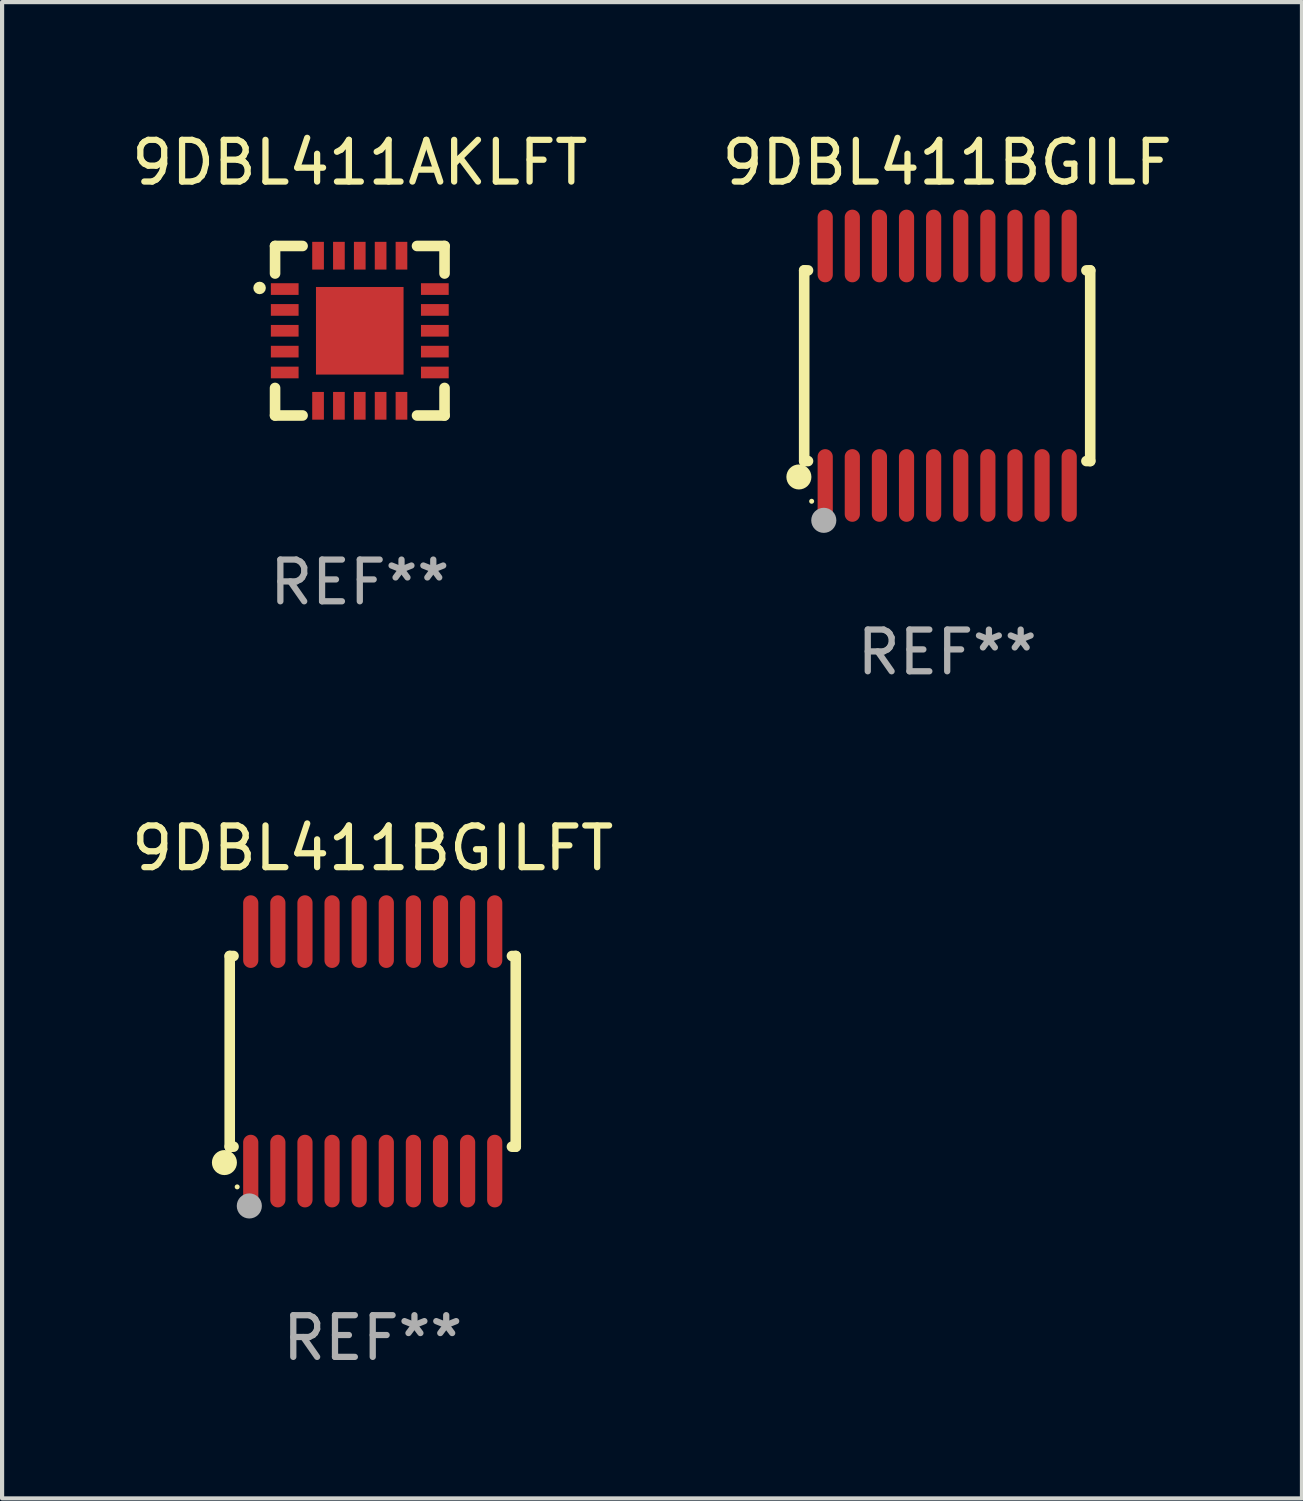
<source format=kicad_pcb>
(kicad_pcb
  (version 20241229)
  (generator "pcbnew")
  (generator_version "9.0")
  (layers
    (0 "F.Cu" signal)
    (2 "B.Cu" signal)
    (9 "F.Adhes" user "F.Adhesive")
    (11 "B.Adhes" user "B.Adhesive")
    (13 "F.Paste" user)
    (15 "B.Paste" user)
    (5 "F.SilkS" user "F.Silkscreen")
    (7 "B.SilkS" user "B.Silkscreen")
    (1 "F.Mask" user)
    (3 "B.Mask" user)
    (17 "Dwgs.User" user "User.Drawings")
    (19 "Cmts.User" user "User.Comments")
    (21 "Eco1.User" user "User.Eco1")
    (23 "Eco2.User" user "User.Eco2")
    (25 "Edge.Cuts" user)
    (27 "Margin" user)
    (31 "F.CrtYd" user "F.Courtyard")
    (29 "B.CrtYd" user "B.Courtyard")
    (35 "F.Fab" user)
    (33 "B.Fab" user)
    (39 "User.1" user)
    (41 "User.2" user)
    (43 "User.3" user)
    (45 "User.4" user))
  (footprint "9DBL411BGILFT"
    (layer "F.Cu")
    (at 5.887 22.158)
    (property "Reference" "9DBL411BGILFT" (at 0 -4.871 0) (layer "F.SilkS") (effects (font (size 1 1) (thickness 0.15))))
    (attr through_hole)
    (fp_line (start -3.429 -2.286) (end -3.429 2.286) (stroke (width 0.254) (type solid)) (layer "F.SilkS"))
    (fp_line (start -3.429 2.286) (end -3.338 2.286) (stroke (width 0.254) (type solid)) (layer "F.SilkS"))
    (fp_line (start -3.338 -2.286) (end -3.429 -2.286) (stroke (width 0.254) (type solid)) (layer "F.SilkS"))
    (fp_line (start 3.338 -2.286) (end 3.429 -2.286) (stroke (width 0.254) (type solid)) (layer "F.SilkS"))
    (fp_line (start 3.429 -2.286) (end 3.429 2.286) (stroke (width 0.254) (type solid)) (layer "F.SilkS"))
    (fp_line (start 3.429 2.286) (end 3.338 2.286) (stroke (width 0.254) (type solid)) (layer "F.SilkS"))
    (fp_circle (center -3.556 2.667) (end -3.406 2.667) (stroke (width 0.3) (type solid)) (fill no) (layer "F.SilkS"))
    (fp_circle (center -3.25 3.25) (end -3.22 3.25) (stroke (width 0.06) (type solid)) (fill no) (layer "F.SilkS"))
    (fp_circle (center -2.959 3.707) (end -2.808 3.707) (stroke (width 0.3) (type solid)) (fill no) (layer "F.Fab"))
    (fp_text user "REF**" (at 0 6.871 0) (layer "F.Fab") (effects (font (size 1 1) (thickness 0.15))))
    (pad "1" smd oval (at -2.925 2.871) (size 0.364 1.742) (layers "F.Cu" "F.Mask" "F.Paste"))
    (pad "2" smd oval (at -2.275 2.871) (size 0.364 1.742) (layers "F.Cu" "F.Mask" "F.Paste"))
    (pad "3" smd oval (at -1.625 2.871) (size 0.364 1.742) (layers "F.Cu" "F.Mask" "F.Paste"))
    (pad "4" smd oval (at -0.975 2.871) (size 0.364 1.742) (layers "F.Cu" "F.Mask" "F.Paste"))
    (pad "5" smd oval (at -0.325 2.871) (size 0.364 1.742) (layers "F.Cu" "F.Mask" "F.Paste"))
    (pad "6" smd oval (at 0.325 2.871) (size 0.364 1.742) (layers "F.Cu" "F.Mask" "F.Paste"))
    (pad "7" smd oval (at 0.975 2.871) (size 0.364 1.742) (layers "F.Cu" "F.Mask" "F.Paste"))
    (pad "8" smd oval (at 1.625 2.871) (size 0.364 1.742) (layers "F.Cu" "F.Mask" "F.Paste"))
    (pad "9" smd oval (at 2.275 2.871) (size 0.364 1.742) (layers "F.Cu" "F.Mask" "F.Paste"))
    (pad "10" smd oval (at 2.925 2.871) (size 0.364 1.742) (layers "F.Cu" "F.Mask" "F.Paste"))
    (pad "11" smd oval (at 2.925 -2.871) (size 0.364 1.742) (layers "F.Cu" "F.Mask" "F.Paste"))
    (pad "12" smd oval (at 2.275 -2.871) (size 0.364 1.742) (layers "F.Cu" "F.Mask" "F.Paste"))
    (pad "13" smd oval (at 1.625 -2.871) (size 0.364 1.742) (layers "F.Cu" "F.Mask" "F.Paste"))
    (pad "14" smd oval (at 0.975 -2.871) (size 0.364 1.742) (layers "F.Cu" "F.Mask" "F.Paste"))
    (pad "15" smd oval (at 0.325 -2.871) (size 0.364 1.742) (layers "F.Cu" "F.Mask" "F.Paste"))
    (pad "16" smd oval (at -0.325 -2.871) (size 0.364 1.742) (layers "F.Cu" "F.Mask" "F.Paste"))
    (pad "17" smd oval (at -0.975 -2.871) (size 0.364 1.742) (layers "F.Cu" "F.Mask" "F.Paste"))
    (pad "18" smd oval (at -1.625 -2.871) (size 0.364 1.742) (layers "F.Cu" "F.Mask" "F.Paste"))
    (pad "19" smd oval (at -2.275 -2.871) (size 0.364 1.742) (layers "F.Cu" "F.Mask" "F.Paste"))
    (pad "20" smd oval (at -2.925 -2.871) (size 0.364 1.742) (layers "F.Cu" "F.Mask" "F.Paste")))
  (footprint "9DBL411AKLFT"
    (layer "F.Cu")
    (at 5.577 4.88)
    (property "Reference" "9DBL411AKLFT" (at 0 -4.032 0) (layer "F.SilkS") (effects (font (size 1 1) (thickness 0.15))))
    (attr through_hole)
    (fp_line (start -2.032 -2.032) (end -1.372 -2.032) (stroke (width 0.254) (type solid)) (layer "F.SilkS"))
    (fp_line (start -2.032 -1.372) (end -2.032 -2.032) (stroke (width 0.254) (type solid)) (layer "F.SilkS"))
    (fp_line (start -2.032 2.032) (end -2.032 1.372) (stroke (width 0.254) (type solid)) (layer "F.SilkS"))
    (fp_line (start -1.372 2.032) (end -2.032 2.032) (stroke (width 0.254) (type solid)) (layer "F.SilkS"))
    (fp_line (start 1.372 -2.032) (end 2.032 -2.032) (stroke (width 0.254) (type solid)) (layer "F.SilkS"))
    (fp_line (start 2.032 -2.032) (end 2.032 -1.372) (stroke (width 0.254) (type solid)) (layer "F.SilkS"))
    (fp_line (start 2.032 1.372) (end 2.032 2.032) (stroke (width 0.254) (type solid)) (layer "F.SilkS"))
    (fp_line (start 2.032 2.032) (end 1.372 2.032) (stroke (width 0.254) (type solid)) (layer "F.SilkS"))
    (fp_circle (center -2.403 -1.026) (end -2.328 -1.026) (stroke (width 0.15) (type solid)) (fill no) (layer "F.SilkS"))
    (fp_text user "REF**" (at 0 6.032 0) (layer "F.Fab") (effects (font (size 1 1) (thickness 0.15))))
    (pad "1" smd rect (at -1.8 -0.999) (size 0.665 0.28) (layers "F.Cu" "F.Mask" "F.Paste"))
    (pad "2" smd rect (at -1.8 -0.499) (size 0.665 0.28) (layers "F.Cu" "F.Mask" "F.Paste"))
    (pad "3" smd rect (at -1.8 0.001) (size 0.665 0.28) (layers "F.Cu" "F.Mask" "F.Paste"))
    (pad "4" smd rect (at -1.8 0.501) (size 0.665 0.28) (layers "F.Cu" "F.Mask" "F.Paste"))
    (pad "5" smd rect (at -1.8 1.001) (size 0.665 0.28) (layers "F.Cu" "F.Mask" "F.Paste"))
    (pad "6" smd rect (at -1.001 1.8) (size 0.28 0.665) (layers "F.Cu" "F.Mask" "F.Paste"))
    (pad "7" smd rect (at -0.501 1.8) (size 0.28 0.665) (layers "F.Cu" "F.Mask" "F.Paste"))
    (pad "8" smd rect (at -0.001 1.8) (size 0.28 0.665) (layers "F.Cu" "F.Mask" "F.Paste"))
    (pad "9" smd rect (at 0.499 1.8) (size 0.28 0.665) (layers "F.Cu" "F.Mask" "F.Paste"))
    (pad "10" smd rect (at 0.999 1.8) (size 0.28 0.665) (layers "F.Cu" "F.Mask" "F.Paste"))
    (pad "11" smd rect (at 1.799 1.001) (size 0.665 0.28) (layers "F.Cu" "F.Mask" "F.Paste"))
    (pad "12" smd rect (at 1.799 0.501) (size 0.665 0.28) (layers "F.Cu" "F.Mask" "F.Paste"))
    (pad "13" smd rect (at 1.799 0.001) (size 0.665 0.28) (layers "F.Cu" "F.Mask" "F.Paste"))
    (pad "14" smd rect (at 1.799 -0.499) (size 0.665 0.28) (layers "F.Cu" "F.Mask" "F.Paste"))
    (pad "15" smd rect (at 1.799 -0.999) (size 0.665 0.28) (layers "F.Cu" "F.Mask" "F.Paste"))
    (pad "16" smd rect (at 0.999 -1.799) (size 0.28 0.665) (layers "F.Cu" "F.Mask" "F.Paste"))
    (pad "17" smd rect (at 0.499 -1.799) (size 0.28 0.665) (layers "F.Cu" "F.Mask" "F.Paste"))
    (pad "18" smd rect (at -0.001 -1.799) (size 0.28 0.665) (layers "F.Cu" "F.Mask" "F.Paste"))
    (pad "19" smd rect (at -0.501 -1.799) (size 0.28 0.665) (layers "F.Cu" "F.Mask" "F.Paste"))
    (pad "20" smd rect (at -1.001 -1.799) (size 0.28 0.665) (layers "F.Cu" "F.Mask" "F.Paste"))
    (pad "21" smd rect (at -0.001 0.001) (size 2.1 2.1) (layers "F.Cu" "F.Mask" "F.Paste")))
  (footprint "9DBL411BGILF"
    (layer "F.Cu")
    (at 19.661 5.719)
    (property "Reference" "9DBL411BGILF" (at 0 -4.871 0) (layer "F.SilkS") (effects (font (size 1 1) (thickness 0.15))))
    (attr through_hole)
    (fp_line (start -3.429 -2.286) (end -3.429 2.286) (stroke (width 0.254) (type solid)) (layer "F.SilkS"))
    (fp_line (start -3.429 2.286) (end -3.338 2.286) (stroke (width 0.254) (type solid)) (layer "F.SilkS"))
    (fp_line (start -3.338 -2.286) (end -3.429 -2.286) (stroke (width 0.254) (type solid)) (layer "F.SilkS"))
    (fp_line (start 3.338 -2.286) (end 3.429 -2.286) (stroke (width 0.254) (type solid)) (layer "F.SilkS"))
    (fp_line (start 3.429 -2.286) (end 3.429 2.286) (stroke (width 0.254) (type solid)) (layer "F.SilkS"))
    (fp_line (start 3.429 2.286) (end 3.338 2.286) (stroke (width 0.254) (type solid)) (layer "F.SilkS"))
    (fp_circle (center -3.556 2.667) (end -3.406 2.667) (stroke (width 0.3) (type solid)) (fill no) (layer "F.SilkS"))
    (fp_circle (center -3.25 3.25) (end -3.22 3.25) (stroke (width 0.06) (type solid)) (fill no) (layer "F.SilkS"))
    (fp_circle (center -2.959 3.707) (end -2.808 3.707) (stroke (width 0.3) (type solid)) (fill no) (layer "F.Fab"))
    (fp_text user "REF**" (at 0 6.871 0) (layer "F.Fab") (effects (font (size 1 1) (thickness 0.15))))
    (pad "1" smd oval (at -2.925 2.871) (size 0.364 1.742) (layers "F.Cu" "F.Mask" "F.Paste"))
    (pad "2" smd oval (at -2.275 2.871) (size 0.364 1.742) (layers "F.Cu" "F.Mask" "F.Paste"))
    (pad "3" smd oval (at -1.625 2.871) (size 0.364 1.742) (layers "F.Cu" "F.Mask" "F.Paste"))
    (pad "4" smd oval (at -0.975 2.871) (size 0.364 1.742) (layers "F.Cu" "F.Mask" "F.Paste"))
    (pad "5" smd oval (at -0.325 2.871) (size 0.364 1.742) (layers "F.Cu" "F.Mask" "F.Paste"))
    (pad "6" smd oval (at 0.325 2.871) (size 0.364 1.742) (layers "F.Cu" "F.Mask" "F.Paste"))
    (pad "7" smd oval (at 0.975 2.871) (size 0.364 1.742) (layers "F.Cu" "F.Mask" "F.Paste"))
    (pad "8" smd oval (at 1.625 2.871) (size 0.364 1.742) (layers "F.Cu" "F.Mask" "F.Paste"))
    (pad "9" smd oval (at 2.275 2.871) (size 0.364 1.742) (layers "F.Cu" "F.Mask" "F.Paste"))
    (pad "10" smd oval (at 2.925 2.871) (size 0.364 1.742) (layers "F.Cu" "F.Mask" "F.Paste"))
    (pad "11" smd oval (at 2.925 -2.871) (size 0.364 1.742) (layers "F.Cu" "F.Mask" "F.Paste"))
    (pad "12" smd oval (at 2.275 -2.871) (size 0.364 1.742) (layers "F.Cu" "F.Mask" "F.Paste"))
    (pad "13" smd oval (at 1.625 -2.871) (size 0.364 1.742) (layers "F.Cu" "F.Mask" "F.Paste"))
    (pad "14" smd oval (at 0.975 -2.871) (size 0.364 1.742) (layers "F.Cu" "F.Mask" "F.Paste"))
    (pad "15" smd oval (at 0.325 -2.871) (size 0.364 1.742) (layers "F.Cu" "F.Mask" "F.Paste"))
    (pad "16" smd oval (at -0.325 -2.871) (size 0.364 1.742) (layers "F.Cu" "F.Mask" "F.Paste"))
    (pad "17" smd oval (at -0.975 -2.871) (size 0.364 1.742) (layers "F.Cu" "F.Mask" "F.Paste"))
    (pad "18" smd oval (at -1.625 -2.871) (size 0.364 1.742) (layers "F.Cu" "F.Mask" "F.Paste"))
    (pad "19" smd oval (at -2.275 -2.871) (size 0.364 1.742) (layers "F.Cu" "F.Mask" "F.Paste"))
    (pad "20" smd oval (at -2.925 -2.871) (size 0.364 1.742) (layers "F.Cu" "F.Mask" "F.Paste")))
  (gr_rect
    (start -3 -3)
    (end 28.167 32.877)
    (stroke (width 0.1) (type default))
    (fill no)
    (layer "Edge.Cuts")))
</source>
